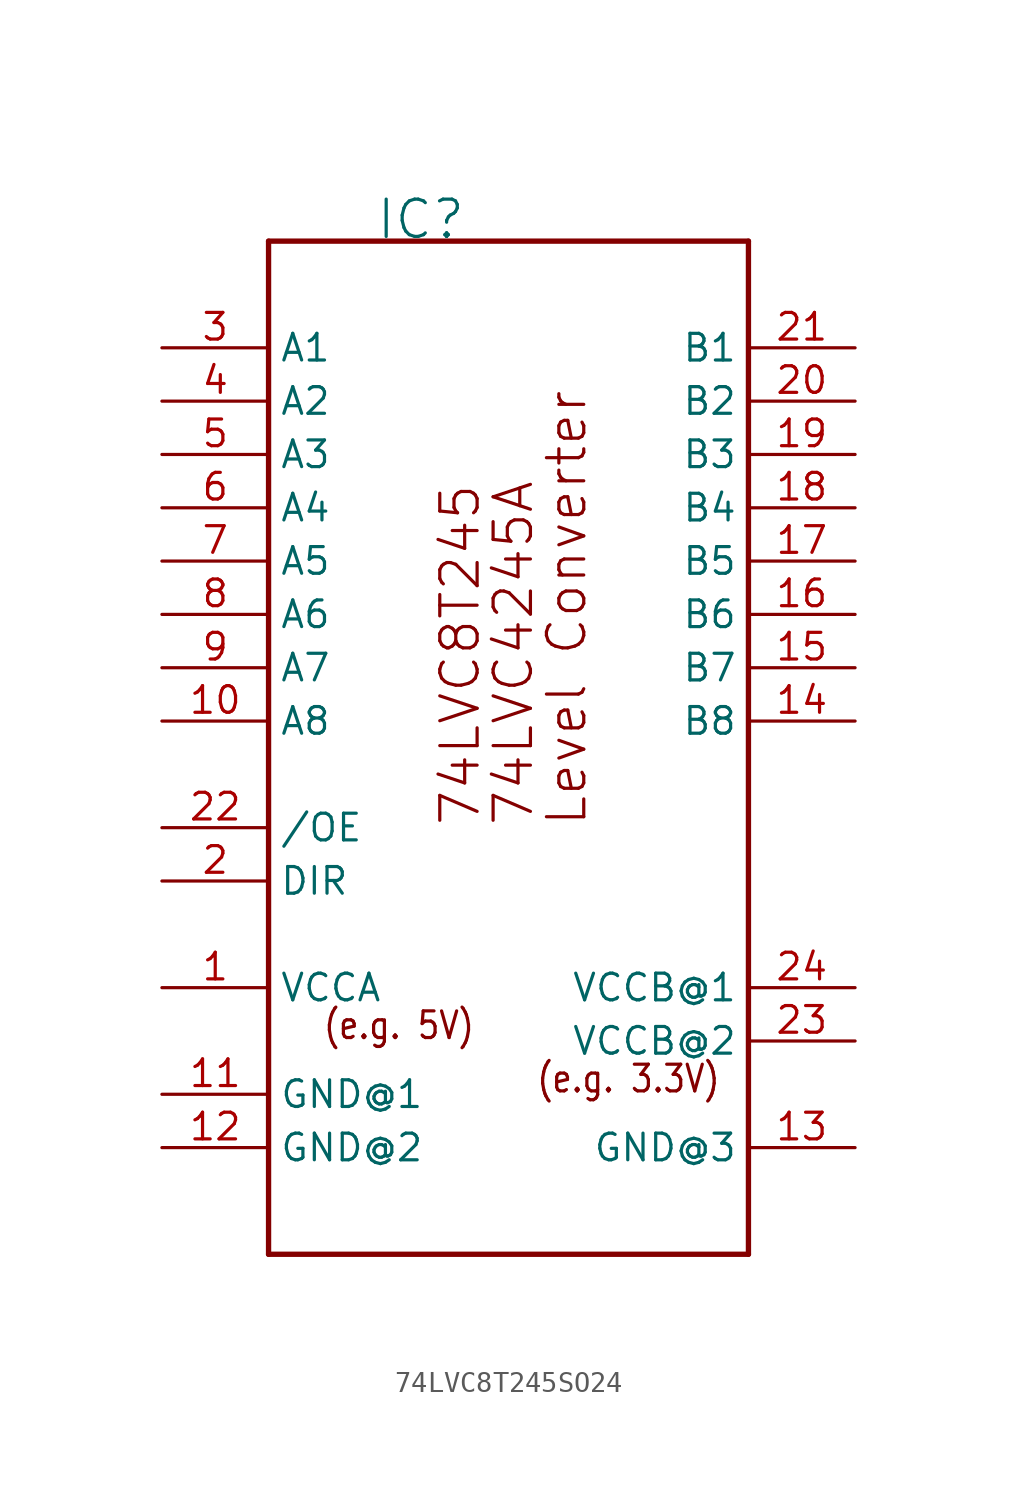
<source format=kicad_sym>
(kicad_symbol_lib
  (version 20220914)
  (generator kicad_symbol_editor)
  (symbol "74LVC8T245SO24"
    (property "Reference" "IC"
      (at -2.54 22.86 0)
      (effects (font (size 1.778 1.778)) (justify left bottom)))
    (property "ki_locked" ""
      (at 0 0 0)
      (effects (font (size 1.27 1.27))))
    (symbol "74LVC8T245SO24_1_0"
      (polyline (pts (xy -7.62 -25.4) (xy -7.62 22.86)) (stroke (width 0.254) (type solid)) (fill (type none)))
      (polyline (pts (xy -7.62 22.86) (xy 15.24 22.86)) (stroke (width 0.254) (type solid)) (fill (type none)))
      (polyline (pts (xy 15.24 -25.4) (xy -7.62 -25.4)) (stroke (width 0.254) (type solid)) (fill (type none)))
      (polyline (pts (xy 15.24 22.86) (xy 15.24 -25.4)) (stroke (width 0.254) (type solid)) (fill (type none)))
      (text "(e.g. 3.3V)" (at 5.08 -17.78 0) (effects (font (size 1.27 1.079)) (justify left bottom)))
      (text "(e.g. 5V)" (at -5.08 -15.24 0) (effects (font (size 1.27 1.079)) (justify left bottom)))
      (text "74LVC4245A" (at 5.08 -5.08 900) (effects (font (size 1.778 1.778)) (justify left bottom)))
      (text "74LVC8T245" (at 2.54 -5.08 900) (effects (font (size 1.778 1.778)) (justify left bottom)))
      (text "Level Converter" (at 7.62 -5.08 900) (effects (font (size 1.778 1.778)) (justify left bottom)))
      (pin input line (at -12.7 -12.7 0) (length 5.08) (name "VCCA" (effects (font (size 1.27 1.27)))) (number "1" (effects (font (size 1.27 1.27)))))
      (pin bidirectional line (at -12.7 0 0) (length 5.08) (name "A8" (effects (font (size 1.27 1.27)))) (number "10" (effects (font (size 1.27 1.27)))))
      (pin input line (at -12.7 -17.78 0) (length 5.08) (name "GND@1" (effects (font (size 1.27 1.27)))) (number "11" (effects (font (size 1.27 1.27)))))
      (pin input line (at -12.7 -20.32 0) (length 5.08) (name "GND@2" (effects (font (size 1.27 1.27)))) (number "12" (effects (font (size 1.27 1.27)))))
      (pin input line (at 20.32 -20.32 180) (length 5.08) (name "GND@3" (effects (font (size 1.27 1.27)))) (number "13" (effects (font (size 1.27 1.27)))))
      (pin bidirectional line (at 20.32 0 180) (length 5.08) (name "B8" (effects (font (size 1.27 1.27)))) (number "14" (effects (font (size 1.27 1.27)))))
      (pin bidirectional line (at 20.32 2.54 180) (length 5.08) (name "B7" (effects (font (size 1.27 1.27)))) (number "15" (effects (font (size 1.27 1.27)))))
      (pin bidirectional line (at 20.32 5.08 180) (length 5.08) (name "B6" (effects (font (size 1.27 1.27)))) (number "16" (effects (font (size 1.27 1.27)))))
      (pin bidirectional line (at 20.32 7.62 180) (length 5.08) (name "B5" (effects (font (size 1.27 1.27)))) (number "17" (effects (font (size 1.27 1.27)))))
      (pin bidirectional line (at 20.32 10.16 180) (length 5.08) (name "B4" (effects (font (size 1.27 1.27)))) (number "18" (effects (font (size 1.27 1.27)))))
      (pin bidirectional line (at 20.32 12.7 180) (length 5.08) (name "B3" (effects (font (size 1.27 1.27)))) (number "19" (effects (font (size 1.27 1.27)))))
      (pin input line (at -12.7 -7.62 0) (length 5.08) (name "DIR" (effects (font (size 1.27 1.27)))) (number "2" (effects (font (size 1.27 1.27)))))
      (pin bidirectional line (at 20.32 15.24 180) (length 5.08) (name "B2" (effects (font (size 1.27 1.27)))) (number "20" (effects (font (size 1.27 1.27)))))
      (pin bidirectional line (at 20.32 17.78 180) (length 5.08) (name "B1" (effects (font (size 1.27 1.27)))) (number "21" (effects (font (size 1.27 1.27)))))
      (pin input line (at -12.7 -5.08 0) (length 5.08) (name "/OE" (effects (font (size 1.27 1.27)))) (number "22" (effects (font (size 1.27 1.27)))))
      (pin input line (at 20.32 -15.24 180) (length 5.08) (name "VCCB@2" (effects (font (size 1.27 1.27)))) (number "23" (effects (font (size 1.27 1.27)))))
      (pin input line (at 20.32 -12.7 180) (length 5.08) (name "VCCB@1" (effects (font (size 1.27 1.27)))) (number "24" (effects (font (size 1.27 1.27)))))
      (pin bidirectional line (at -12.7 17.78 0) (length 5.08) (name "A1" (effects (font (size 1.27 1.27)))) (number "3" (effects (font (size 1.27 1.27)))))
      (pin bidirectional line (at -12.7 15.24 0) (length 5.08) (name "A2" (effects (font (size 1.27 1.27)))) (number "4" (effects (font (size 1.27 1.27)))))
      (pin bidirectional line (at -12.7 12.7 0) (length 5.08) (name "A3" (effects (font (size 1.27 1.27)))) (number "5" (effects (font (size 1.27 1.27)))))
      (pin bidirectional line (at -12.7 10.16 0) (length 5.08) (name "A4" (effects (font (size 1.27 1.27)))) (number "6" (effects (font (size 1.27 1.27)))))
      (pin bidirectional line (at -12.7 7.62 0) (length 5.08) (name "A5" (effects (font (size 1.27 1.27)))) (number "7" (effects (font (size 1.27 1.27)))))
      (pin bidirectional line (at -12.7 5.08 0) (length 5.08) (name "A6" (effects (font (size 1.27 1.27)))) (number "8" (effects (font (size 1.27 1.27)))))
      (pin bidirectional line (at -12.7 2.54 0) (length 5.08) (name "A7" (effects (font (size 1.27 1.27)))) (number "9" (effects (font (size 1.27 1.27))))))))
</source>
